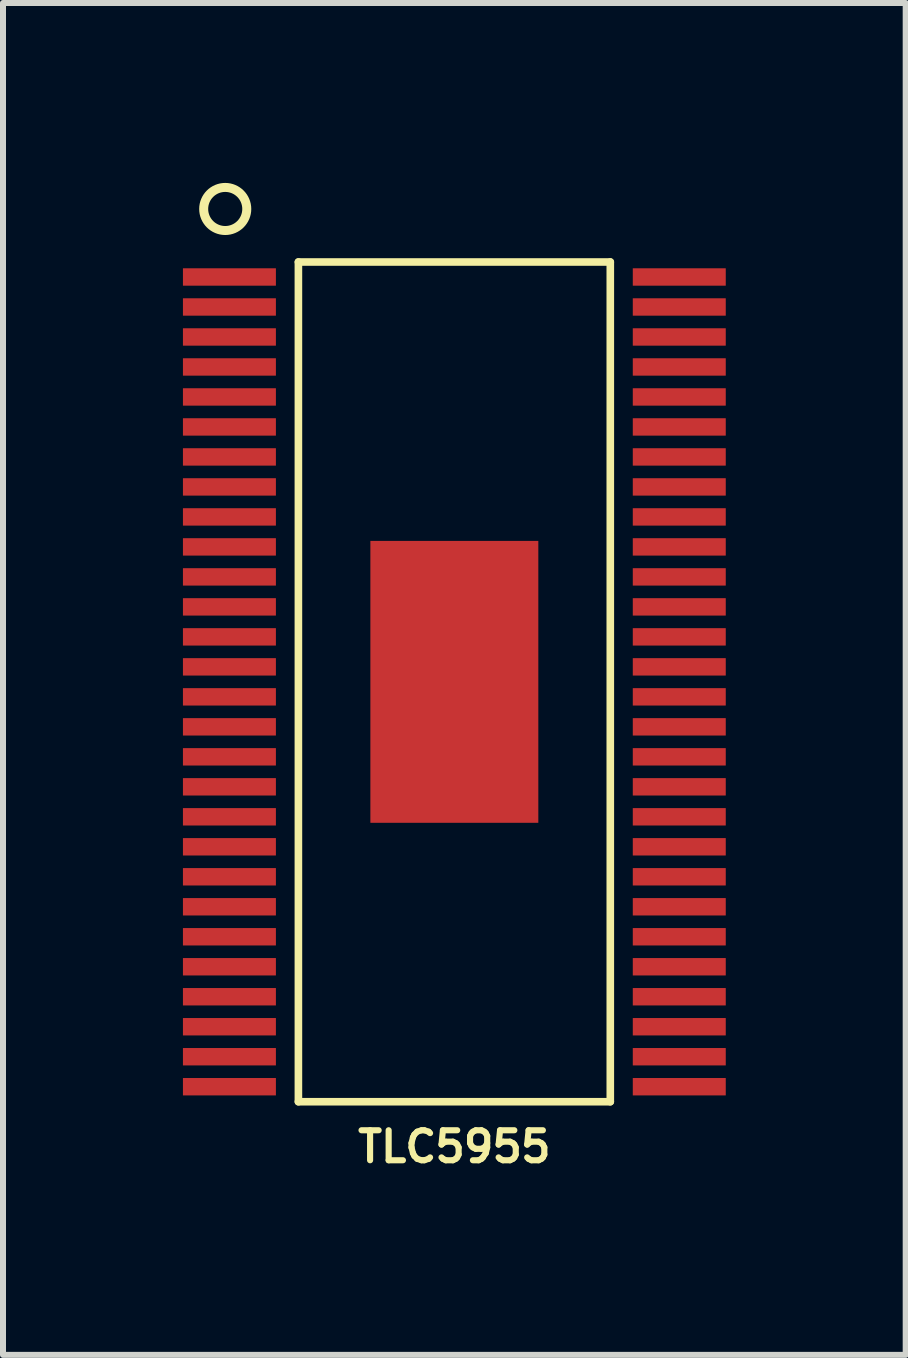
<source format=kicad_pcb>
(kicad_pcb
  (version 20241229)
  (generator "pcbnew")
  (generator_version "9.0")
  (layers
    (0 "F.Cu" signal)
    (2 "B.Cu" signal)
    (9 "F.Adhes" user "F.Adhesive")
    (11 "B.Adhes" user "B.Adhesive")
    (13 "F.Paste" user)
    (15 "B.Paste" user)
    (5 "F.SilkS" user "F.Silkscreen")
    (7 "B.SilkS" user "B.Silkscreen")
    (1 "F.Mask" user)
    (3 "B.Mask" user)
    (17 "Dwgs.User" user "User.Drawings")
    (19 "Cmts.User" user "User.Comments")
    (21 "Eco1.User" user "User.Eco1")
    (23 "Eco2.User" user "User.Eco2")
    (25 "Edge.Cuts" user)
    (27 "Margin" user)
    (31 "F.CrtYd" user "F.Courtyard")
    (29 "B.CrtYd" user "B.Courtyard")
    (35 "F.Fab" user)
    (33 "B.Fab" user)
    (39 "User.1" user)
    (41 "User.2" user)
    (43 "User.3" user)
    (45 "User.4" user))
  (footprint "TLC5955"
    (layer "F.Cu")
    (at 4.525 8.318)
    (property "Reference" "TLC5955" (at 0 7.75 0) (layer "F.SilkS") (effects (font (size 0.5 0.5) (thickness 0.102))))
    (attr smd)
    (fp_line (start -2.6 -7) (end -2.6 7) (stroke (width 0.127) (type solid)) (layer "F.SilkS"))
    (fp_line (start -2.6 7) (end 2.6 7) (stroke (width 0.127) (type solid)) (layer "F.SilkS"))
    (fp_line (start 2.6 -7) (end -2.6 -7) (stroke (width 0.127) (type solid)) (layer "F.SilkS"))
    (fp_line (start 2.6 7) (end 2.6 -7) (stroke (width 0.127) (type solid)) (layer "F.SilkS"))
    (fp_circle (center -3.82 -7.884) (end -3.566 -7.63) (stroke (width 0.15) (type solid)) (fill no) (layer "F.SilkS"))
    (pad "B0" smd rect (at -3.75 -3.75 270) (size 0.29 1.55) (layers "F.Cu" "F.Mask" "F.Paste"))
    (pad "B1" smd rect (at -3.75 -0.75 270) (size 0.29 1.55) (layers "F.Cu" "F.Mask" "F.Paste"))
    (pad "B2" smd rect (at -3.75 0.75 270) (size 0.29 1.55) (layers "F.Cu" "F.Mask" "F.Paste"))
    (pad "B3" smd rect (at -3.75 3.75 270) (size 0.29 1.55) (layers "F.Cu" "F.Mask" "F.Paste"))
    (pad "B4" smd rect (at -3.75 -5.25 270) (size 0.29 1.55) (layers "F.Cu" "F.Mask" "F.Paste"))
    (pad "B5" smd rect (at -3.75 -2.25 270) (size 0.29 1.55) (layers "F.Cu" "F.Mask" "F.Paste"))
    (pad "B6" smd rect (at -3.75 2.25 270) (size 0.29 1.55) (layers "F.Cu" "F.Mask" "F.Paste"))
    (pad "B7" smd rect (at -3.75 5.25 270) (size 0.29 1.55) (layers "F.Cu" "F.Mask" "F.Paste"))
    (pad "B8" smd rect (at 3.75 -5.25 270) (size 0.29 1.55) (layers "F.Cu" "F.Mask" "F.Paste"))
    (pad "B9" smd rect (at 3.75 -2.25 270) (size 0.29 1.55) (layers "F.Cu" "F.Mask" "F.Paste"))
    (pad "B10" smd rect (at 3.75 2.25 270) (size 0.29 1.55) (layers "F.Cu" "F.Mask" "F.Paste"))
    (pad "B11" smd rect (at 3.75 5.25 270) (size 0.29 1.55) (layers "F.Cu" "F.Mask" "F.Paste"))
    (pad "B12" smd rect (at 3.75 -3.75 270) (size 0.29 1.55) (layers "F.Cu" "F.Mask" "F.Paste"))
    (pad "B13" smd rect (at 3.75 -0.75 270) (size 0.29 1.55) (layers "F.Cu" "F.Mask" "F.Paste"))
    (pad "B14" smd rect (at 3.75 0.75 270) (size 0.29 1.55) (layers "F.Cu" "F.Mask" "F.Paste"))
    (pad "B15" smd rect (at 3.75 3.75 270) (size 0.29 1.55) (layers "F.Cu" "F.Mask" "F.Paste"))
    (pad "G0" smd rect (at -3.75 -2.75 270) (size 0.29 1.55) (layers "F.Cu" "F.Mask" "F.Paste"))
    (pad "G1" smd rect (at -3.75 0.25 270) (size 0.29 1.55) (layers "F.Cu" "F.Mask" "F.Paste"))
    (pad "G2" smd rect (at -3.75 1.75 270) (size 0.29 1.55) (layers "F.Cu" "F.Mask" "F.Paste"))
    (pad "G3" smd rect (at -3.75 4.75 270) (size 0.29 1.55) (layers "F.Cu" "F.Mask" "F.Paste"))
    (pad "G4" smd rect (at -3.75 -4.25 270) (size 0.29 1.55) (layers "F.Cu" "F.Mask" "F.Paste"))
    (pad "G5" smd rect (at -3.75 -1.25 270) (size 0.29 1.55) (layers "F.Cu" "F.Mask" "F.Paste"))
    (pad "G6" smd rect (at -3.75 3.25 270) (size 0.29 1.55) (layers "F.Cu" "F.Mask" "F.Paste"))
    (pad "G7" smd rect (at -3.75 6.25 270) (size 0.29 1.55) (layers "F.Cu" "F.Mask" "F.Paste"))
    (pad "G8" smd rect (at 3.75 -4.25 270) (size 0.29 1.55) (layers "F.Cu" "F.Mask" "F.Paste"))
    (pad "G9" smd rect (at 3.75 -1.25 270) (size 0.29 1.55) (layers "F.Cu" "F.Mask" "F.Paste"))
    (pad "G10" smd rect (at 3.75 3.25 270) (size 0.29 1.55) (layers "F.Cu" "F.Mask" "F.Paste"))
    (pad "G11" smd rect (at 3.75 6.25 270) (size 0.29 1.55) (layers "F.Cu" "F.Mask" "F.Paste"))
    (pad "G12" smd rect (at 3.75 -2.75 270) (size 0.29 1.55) (layers "F.Cu" "F.Mask" "F.Paste"))
    (pad "G13" smd rect (at 3.75 0.25 270) (size 0.29 1.55) (layers "F.Cu" "F.Mask" "F.Paste"))
    (pad "G14" smd rect (at 3.75 1.75 270) (size 0.29 1.55) (layers "F.Cu" "F.Mask" "F.Paste"))
    (pad "G15" smd rect (at 3.75 4.75 270) (size 0.29 1.55) (layers "F.Cu" "F.Mask" "F.Paste"))
    (pad "GND" smd rect (at 3.75 -6.75 270) (size 0.29 1.55) (layers "F.Cu" "F.Mask" "F.Paste"))
    (pad "GND" smd rect (at 3.75 6.75 270) (size 0.29 1.55) (layers "F.Cu" "F.Mask" "F.Paste"))
    (pad "GSCLK" smd rect (at 3.75 -6.25 270) (size 0.29 1.55) (layers "F.Cu" "F.Mask" "F.Paste"))
    (pad "LAT" smd rect (at -3.75 -5.75 270) (size 0.29 1.55) (layers "F.Cu" "F.Mask" "F.Paste"))
    (pad "PAD" smd rect (at 0 0 270) (size 4.7 2.8) (layers "F.Cu" "F.Mask" "F.Paste"))
    (pad "R0" smd rect (at -3.75 -3.25 270) (size 0.29 1.55) (layers "F.Cu" "F.Mask" "F.Paste"))
    (pad "R1" smd rect (at -3.75 -0.25 270) (size 0.29 1.55) (layers "F.Cu" "F.Mask" "F.Paste"))
    (pad "R2" smd rect (at -3.75 1.25 270) (size 0.29 1.55) (layers "F.Cu" "F.Mask" "F.Paste"))
    (pad "R3" smd rect (at -3.75 4.25 270) (size 0.29 1.55) (layers "F.Cu" "F.Mask" "F.Paste"))
    (pad "R4" smd rect (at -3.75 -4.75 270) (size 0.29 1.55) (layers "F.Cu" "F.Mask" "F.Paste"))
    (pad "R5" smd rect (at -3.75 -1.75 270) (size 0.29 1.55) (layers "F.Cu" "F.Mask" "F.Paste"))
    (pad "R6" smd rect (at -3.75 2.75 270) (size 0.29 1.55) (layers "F.Cu" "F.Mask" "F.Paste"))
    (pad "R7" smd rect (at -3.75 5.75 270) (size 0.29 1.55) (layers "F.Cu" "F.Mask" "F.Paste"))
    (pad "R8" smd rect (at 3.75 -4.75 270) (size 0.29 1.55) (layers "F.Cu" "F.Mask" "F.Paste"))
    (pad "R9" smd rect (at 3.75 -1.75 270) (size 0.29 1.55) (layers "F.Cu" "F.Mask" "F.Paste"))
    (pad "R10" smd rect (at 3.75 2.75 270) (size 0.29 1.55) (layers "F.Cu" "F.Mask" "F.Paste"))
    (pad "R11" smd rect (at 3.75 5.75 270) (size 0.29 1.55) (layers "F.Cu" "F.Mask" "F.Paste"))
    (pad "R12" smd rect (at 3.75 -3.25 270) (size 0.29 1.55) (layers "F.Cu" "F.Mask" "F.Paste"))
    (pad "R13" smd rect (at 3.75 -0.25 270) (size 0.29 1.55) (layers "F.Cu" "F.Mask" "F.Paste"))
    (pad "R14" smd rect (at 3.75 1.25 270) (size 0.29 1.55) (layers "F.Cu" "F.Mask" "F.Paste"))
    (pad "R15" smd rect (at 3.75 4.25 270) (size 0.29 1.55) (layers "F.Cu" "F.Mask" "F.Paste"))
    (pad "SCLK" smd rect (at -3.75 -6.25 270) (size 0.29 1.55) (layers "F.Cu" "F.Mask" "F.Paste"))
    (pad "SIN" smd rect (at -3.75 -6.75 270) (size 0.29 1.55) (layers "F.Cu" "F.Mask" "F.Paste"))
    (pad "SOUT" smd rect (at -3.75 6.75 270) (size 0.29 1.55) (layers "F.Cu" "F.Mask" "F.Paste"))
    (pad "VCC" smd rect (at 3.75 -5.75 270) (size 0.29 1.55) (layers "F.Cu" "F.Mask" "F.Paste")))
  (gr_rect
    (start -3 -3)
    (end 12.05 19.539)
    (stroke (width 0.1) (type default))
    (fill no)
    (layer "Edge.Cuts")))
</source>
